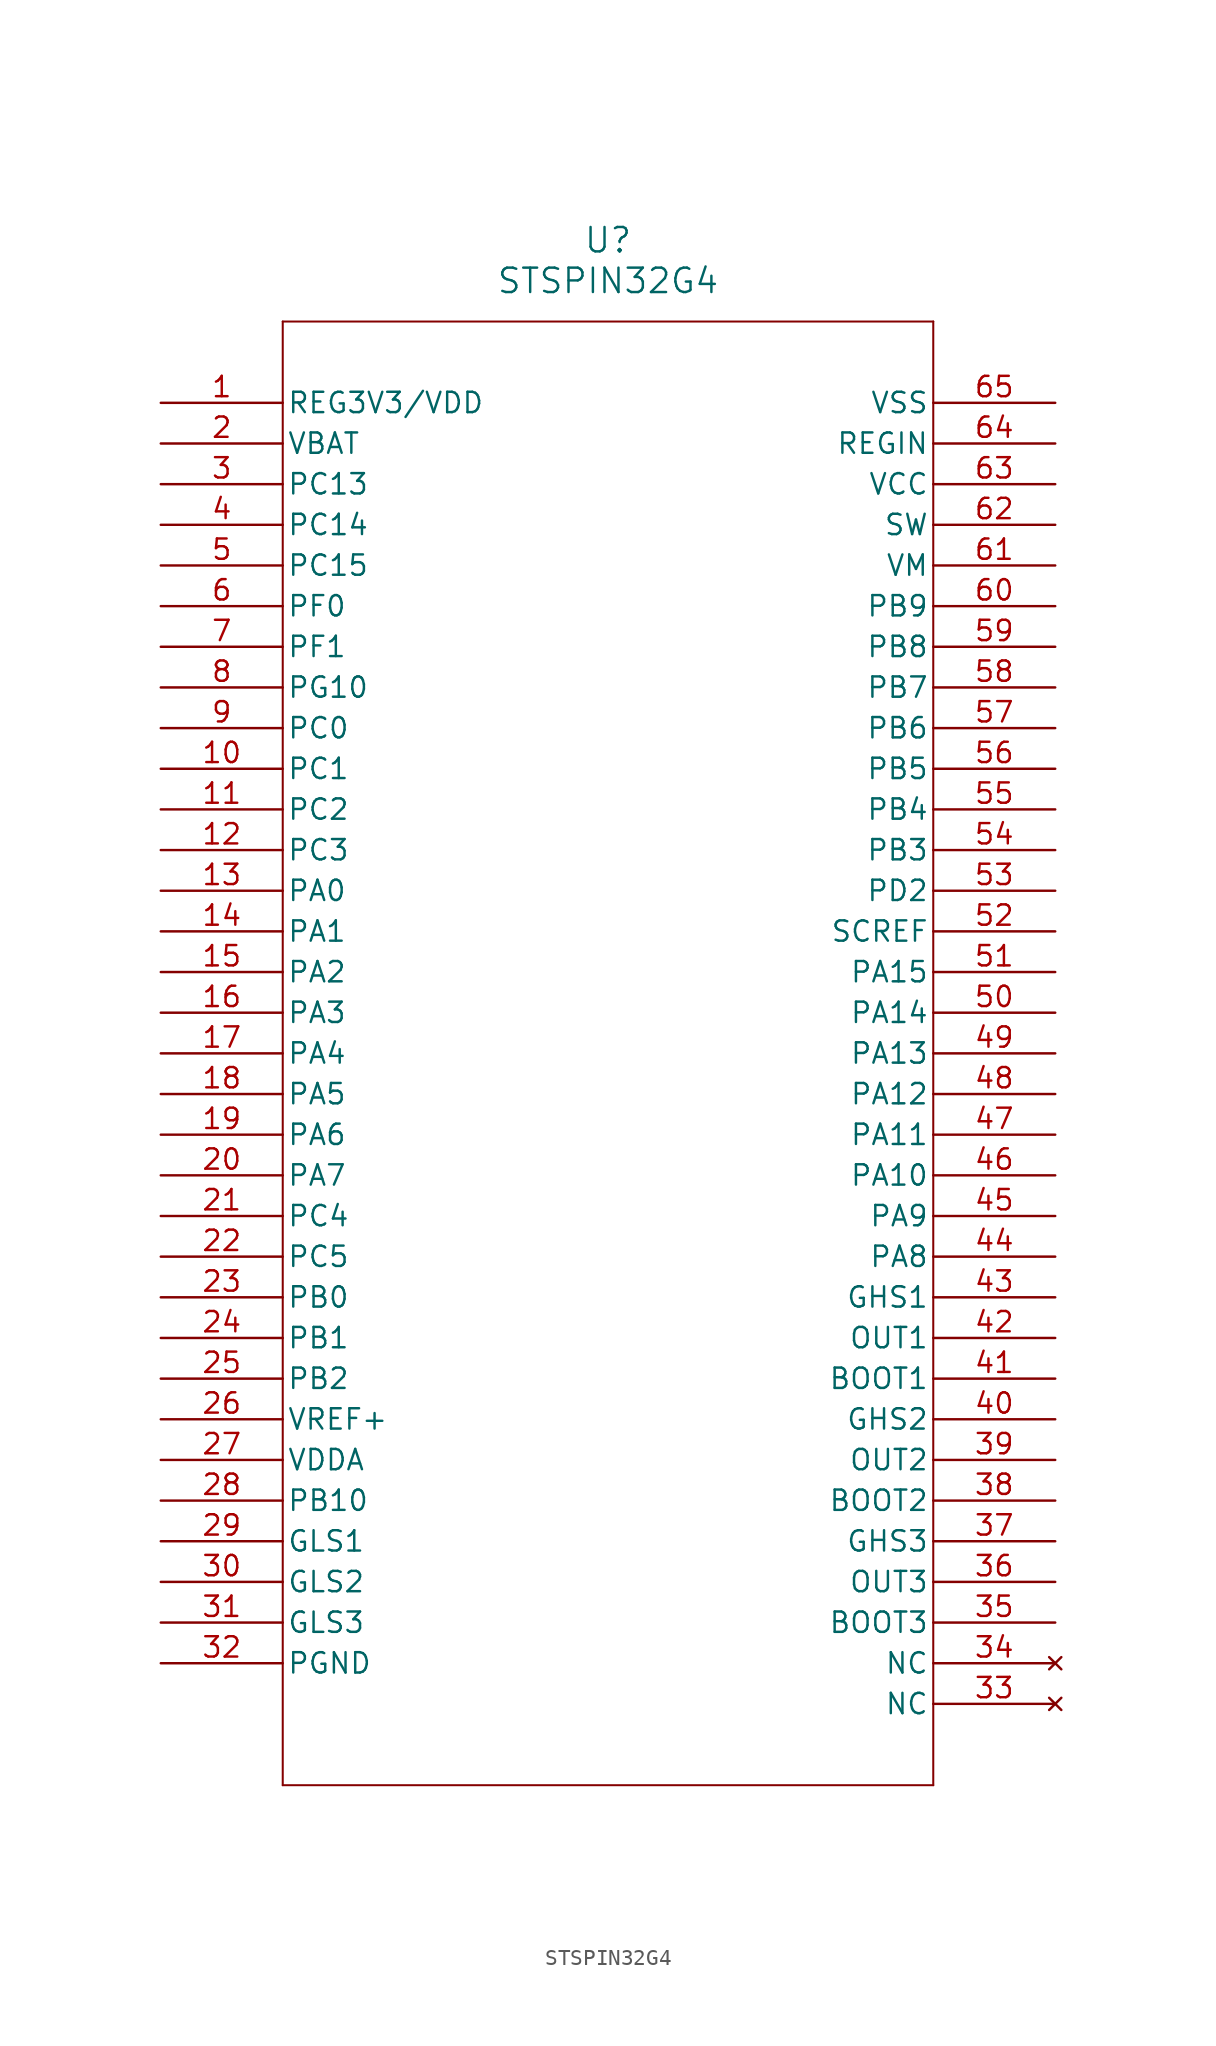
<source format=kicad_sym>
(kicad_symbol_lib
  (version 20211014)
  (generator kicad_symbol_editor)
  (symbol "STSPIN32G4"
    (pin_names
      (offset 0.254))
    (property "Reference" "U"
      (at 27.94 10.16 0)
      (effects (font (size 1.524 1.524))))
    (property "Value" "STSPIN32G4"
      (at 27.94 7.62 0)
      (effects (font (size 1.524 1.524))))
    (symbol "STSPIN32G4_0_1"
      (polyline (pts (xy 7.62 5.08) (xy 7.62 -86.36)) (stroke (width 0.127) (type default) (color 0 0 0 0)) (fill (type none)))
      (polyline (pts (xy 7.62 -86.36) (xy 48.26 -86.36)) (stroke (width 0.127) (type default) (color 0 0 0 0)) (fill (type none)))
      (polyline (pts (xy 48.26 -86.36) (xy 48.26 5.08)) (stroke (width 0.127) (type default) (color 0 0 0 0)) (fill (type none)))
      (polyline (pts (xy 48.26 5.08) (xy 7.62 5.08)) (stroke (width 0.127) (type default) (color 0 0 0 0)) (fill (type none)))
      (pin power_in line (at 0 0 0) (length 7.62) (name "REG3V3/VDD" (effects (font (size 1.27 1.27)))) (number "1" (effects (font (size 1.27 1.27)))))
      (pin unspecified line (at 0 -2.54 0) (length 7.62) (name "VBAT" (effects (font (size 1.27 1.27)))) (number "2" (effects (font (size 1.27 1.27)))))
      (pin bidirectional line (at 0 -5.08 0) (length 7.62) (name "PC13" (effects (font (size 1.27 1.27)))) (number "3" (effects (font (size 1.27 1.27)))))
      (pin bidirectional line (at 0 -7.62 0) (length 7.62) (name "PC14" (effects (font (size 1.27 1.27)))) (number "4" (effects (font (size 1.27 1.27)))))
      (pin bidirectional line (at 0 -10.16 0) (length 7.62) (name "PC15" (effects (font (size 1.27 1.27)))) (number "5" (effects (font (size 1.27 1.27)))))
      (pin bidirectional line (at 0 -12.7 0) (length 7.62) (name "PF0" (effects (font (size 1.27 1.27)))) (number "6" (effects (font (size 1.27 1.27)))))
      (pin bidirectional line (at 0 -15.24 0) (length 7.62) (name "PF1" (effects (font (size 1.27 1.27)))) (number "7" (effects (font (size 1.27 1.27)))))
      (pin unspecified line (at 0 -17.78 0) (length 7.62) (name "PG10" (effects (font (size 1.27 1.27)))) (number "8" (effects (font (size 1.27 1.27)))))
      (pin bidirectional line (at 0 -20.32 0) (length 7.62) (name "PC0" (effects (font (size 1.27 1.27)))) (number "9" (effects (font (size 1.27 1.27)))))
      (pin bidirectional line (at 0 -22.86 0) (length 7.62) (name "PC1" (effects (font (size 1.27 1.27)))) (number "10" (effects (font (size 1.27 1.27)))))
      (pin bidirectional line (at 0 -25.4 0) (length 7.62) (name "PC2" (effects (font (size 1.27 1.27)))) (number "11" (effects (font (size 1.27 1.27)))))
      (pin bidirectional line (at 0 -27.94 0) (length 7.62) (name "PC3" (effects (font (size 1.27 1.27)))) (number "12" (effects (font (size 1.27 1.27)))))
      (pin bidirectional line (at 0 -30.48 0) (length 7.62) (name "PA0" (effects (font (size 1.27 1.27)))) (number "13" (effects (font (size 1.27 1.27)))))
      (pin bidirectional line (at 0 -33.02 0) (length 7.62) (name "PA1" (effects (font (size 1.27 1.27)))) (number "14" (effects (font (size 1.27 1.27)))))
      (pin bidirectional line (at 0 -35.56 0) (length 7.62) (name "PA2" (effects (font (size 1.27 1.27)))) (number "15" (effects (font (size 1.27 1.27)))))
      (pin bidirectional line (at 0 -38.1 0) (length 7.62) (name "PA3" (effects (font (size 1.27 1.27)))) (number "16" (effects (font (size 1.27 1.27)))))
      (pin bidirectional line (at 0 -40.64 0) (length 7.62) (name "PA4" (effects (font (size 1.27 1.27)))) (number "17" (effects (font (size 1.27 1.27)))))
      (pin bidirectional line (at 0 -43.18 0) (length 7.62) (name "PA5" (effects (font (size 1.27 1.27)))) (number "18" (effects (font (size 1.27 1.27)))))
      (pin bidirectional line (at 0 -45.72 0) (length 7.62) (name "PA6" (effects (font (size 1.27 1.27)))) (number "19" (effects (font (size 1.27 1.27)))))
      (pin bidirectional line (at 0 -48.26 0) (length 7.62) (name "PA7" (effects (font (size 1.27 1.27)))) (number "20" (effects (font (size 1.27 1.27)))))
      (pin bidirectional line (at 0 -50.8 0) (length 7.62) (name "PC4" (effects (font (size 1.27 1.27)))) (number "21" (effects (font (size 1.27 1.27)))))
      (pin bidirectional line (at 0 -53.34 0) (length 7.62) (name "PC5" (effects (font (size 1.27 1.27)))) (number "22" (effects (font (size 1.27 1.27)))))
      (pin bidirectional line (at 0 -55.88 0) (length 7.62) (name "PB0" (effects (font (size 1.27 1.27)))) (number "23" (effects (font (size 1.27 1.27)))))
      (pin bidirectional line (at 0 -58.42 0) (length 7.62) (name "PB1" (effects (font (size 1.27 1.27)))) (number "24" (effects (font (size 1.27 1.27)))))
      (pin bidirectional line (at 0 -60.96 0) (length 7.62) (name "PB2" (effects (font (size 1.27 1.27)))) (number "25" (effects (font (size 1.27 1.27)))))
      (pin power_in line (at 0 -63.5 0) (length 7.62) (name "VREF+" (effects (font (size 1.27 1.27)))) (number "26" (effects (font (size 1.27 1.27)))))
      (pin power_in line (at 0 -66.04 0) (length 7.62) (name "VDDA" (effects (font (size 1.27 1.27)))) (number "27" (effects (font (size 1.27 1.27)))))
      (pin bidirectional line (at 0 -68.58 0) (length 7.62) (name "PB10" (effects (font (size 1.27 1.27)))) (number "28" (effects (font (size 1.27 1.27)))))
      (pin bidirectional line (at 0 -71.12 0) (length 7.62) (name "GLS1" (effects (font (size 1.27 1.27)))) (number "29" (effects (font (size 1.27 1.27)))))
      (pin bidirectional line (at 0 -73.66 0) (length 7.62) (name "GLS2" (effects (font (size 1.27 1.27)))) (number "30" (effects (font (size 1.27 1.27)))))
      (pin bidirectional line (at 0 -76.2 0) (length 7.62) (name "GLS3" (effects (font (size 1.27 1.27)))) (number "31" (effects (font (size 1.27 1.27)))))
      (pin power_out line (at 0 -78.74 0) (length 7.62) (name "PGND" (effects (font (size 1.27 1.27)))) (number "32" (effects (font (size 1.27 1.27)))))
      (pin no_connect line (at 55.88 -81.28 180) (length 7.62) (name "NC" (effects (font (size 1.27 1.27)))) (number "33" (effects (font (size 1.27 1.27)))))
      (pin no_connect line (at 55.88 -78.74 180) (length 7.62) (name "NC" (effects (font (size 1.27 1.27)))) (number "34" (effects (font (size 1.27 1.27)))))
      (pin bidirectional line (at 55.88 -76.2 180) (length 7.62) (name "BOOT3" (effects (font (size 1.27 1.27)))) (number "35" (effects (font (size 1.27 1.27)))))
      (pin output line (at 55.88 -73.66 180) (length 7.62) (name "OUT3" (effects (font (size 1.27 1.27)))) (number "36" (effects (font (size 1.27 1.27)))))
      (pin bidirectional line (at 55.88 -71.12 180) (length 7.62) (name "GHS3" (effects (font (size 1.27 1.27)))) (number "37" (effects (font (size 1.27 1.27)))))
      (pin bidirectional line (at 55.88 -68.58 180) (length 7.62) (name "BOOT2" (effects (font (size 1.27 1.27)))) (number "38" (effects (font (size 1.27 1.27)))))
      (pin output line (at 55.88 -66.04 180) (length 7.62) (name "OUT2" (effects (font (size 1.27 1.27)))) (number "39" (effects (font (size 1.27 1.27)))))
      (pin bidirectional line (at 55.88 -63.5 180) (length 7.62) (name "GHS2" (effects (font (size 1.27 1.27)))) (number "40" (effects (font (size 1.27 1.27)))))
      (pin bidirectional line (at 55.88 -60.96 180) (length 7.62) (name "BOOT1" (effects (font (size 1.27 1.27)))) (number "41" (effects (font (size 1.27 1.27)))))
      (pin output line (at 55.88 -58.42 180) (length 7.62) (name "OUT1" (effects (font (size 1.27 1.27)))) (number "42" (effects (font (size 1.27 1.27)))))
      (pin bidirectional line (at 55.88 -55.88 180) (length 7.62) (name "GHS1" (effects (font (size 1.27 1.27)))) (number "43" (effects (font (size 1.27 1.27)))))
      (pin bidirectional line (at 55.88 -53.34 180) (length 7.62) (name "PA8" (effects (font (size 1.27 1.27)))) (number "44" (effects (font (size 1.27 1.27)))))
      (pin bidirectional line (at 55.88 -50.8 180) (length 7.62) (name "PA9" (effects (font (size 1.27 1.27)))) (number "45" (effects (font (size 1.27 1.27)))))
      (pin bidirectional line (at 55.88 -48.26 180) (length 7.62) (name "PA10" (effects (font (size 1.27 1.27)))) (number "46" (effects (font (size 1.27 1.27)))))
      (pin bidirectional line (at 55.88 -45.72 180) (length 7.62) (name "PA11" (effects (font (size 1.27 1.27)))) (number "47" (effects (font (size 1.27 1.27)))))
      (pin bidirectional line (at 55.88 -43.18 180) (length 7.62) (name "PA12" (effects (font (size 1.27 1.27)))) (number "48" (effects (font (size 1.27 1.27)))))
      (pin bidirectional line (at 55.88 -40.64 180) (length 7.62) (name "PA13" (effects (font (size 1.27 1.27)))) (number "49" (effects (font (size 1.27 1.27)))))
      (pin bidirectional line (at 55.88 -38.1 180) (length 7.62) (name "PA14" (effects (font (size 1.27 1.27)))) (number "50" (effects (font (size 1.27 1.27)))))
      (pin bidirectional line (at 55.88 -35.56 180) (length 7.62) (name "PA15" (effects (font (size 1.27 1.27)))) (number "51" (effects (font (size 1.27 1.27)))))
      (pin unspecified line (at 55.88 -33.02 180) (length 7.62) (name "SCREF" (effects (font (size 1.27 1.27)))) (number "52" (effects (font (size 1.27 1.27)))))
      (pin bidirectional line (at 55.88 -30.48 180) (length 7.62) (name "PD2" (effects (font (size 1.27 1.27)))) (number "53" (effects (font (size 1.27 1.27)))))
      (pin bidirectional line (at 55.88 -27.94 180) (length 7.62) (name "PB3" (effects (font (size 1.27 1.27)))) (number "54" (effects (font (size 1.27 1.27)))))
      (pin bidirectional line (at 55.88 -25.4 180) (length 7.62) (name "PB4" (effects (font (size 1.27 1.27)))) (number "55" (effects (font (size 1.27 1.27)))))
      (pin bidirectional line (at 55.88 -22.86 180) (length 7.62) (name "PB5" (effects (font (size 1.27 1.27)))) (number "56" (effects (font (size 1.27 1.27)))))
      (pin bidirectional line (at 55.88 -20.32 180) (length 7.62) (name "PB6" (effects (font (size 1.27 1.27)))) (number "57" (effects (font (size 1.27 1.27)))))
      (pin bidirectional line (at 55.88 -17.78 180) (length 7.62) (name "PB7" (effects (font (size 1.27 1.27)))) (number "58" (effects (font (size 1.27 1.27)))))
      (pin bidirectional line (at 55.88 -15.24 180) (length 7.62) (name "PB8" (effects (font (size 1.27 1.27)))) (number "59" (effects (font (size 1.27 1.27)))))
      (pin bidirectional line (at 55.88 -12.7 180) (length 7.62) (name "PB9" (effects (font (size 1.27 1.27)))) (number "60" (effects (font (size 1.27 1.27)))))
      (pin unspecified line (at 55.88 -10.16 180) (length 7.62) (name "VM" (effects (font (size 1.27 1.27)))) (number "61" (effects (font (size 1.27 1.27)))))
      (pin unspecified line (at 55.88 -7.62 180) (length 7.62) (name "SW" (effects (font (size 1.27 1.27)))) (number "62" (effects (font (size 1.27 1.27)))))
      (pin power_in line (at 55.88 -5.08 180) (length 7.62) (name "VCC" (effects (font (size 1.27 1.27)))) (number "63" (effects (font (size 1.27 1.27)))))
      (pin unspecified line (at 55.88 -2.54 180) (length 7.62) (name "REGIN" (effects (font (size 1.27 1.27)))) (number "64" (effects (font (size 1.27 1.27)))))
      (pin power_out line (at 55.88 0 180) (length 7.62) (name "VSS" (effects (font (size 1.27 1.27)))) (number "65" (effects (font (size 1.27 1.27))))))))
</source>
